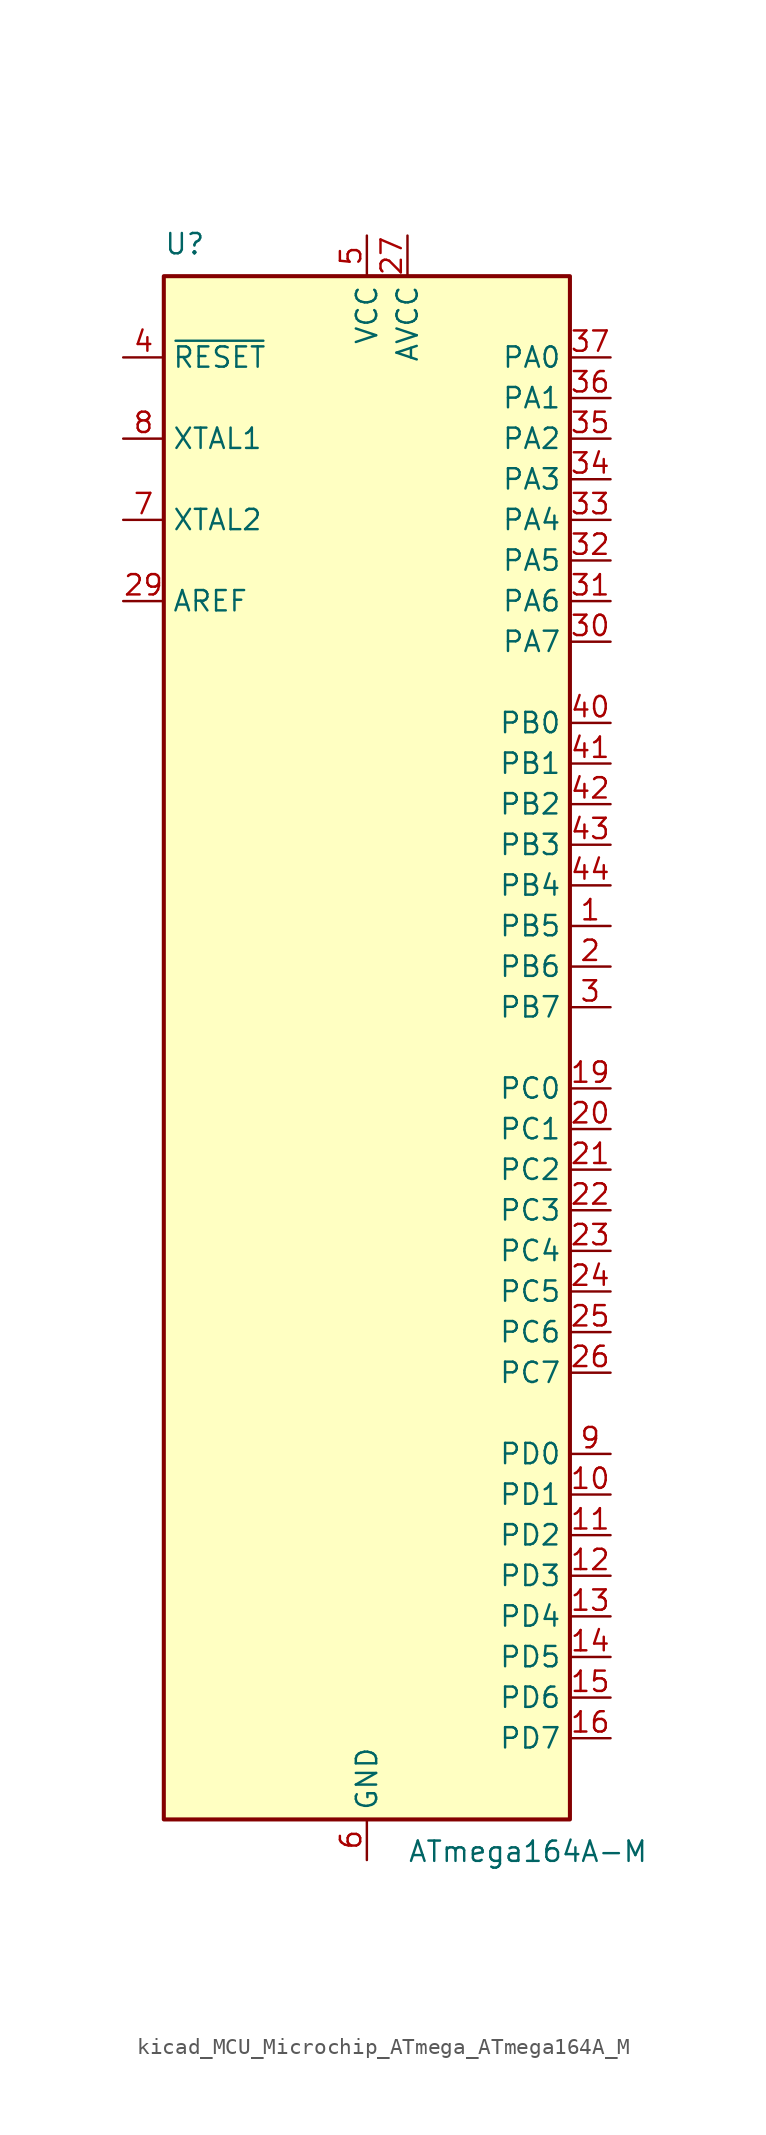
<source format=kicad_sym>
(kicad_symbol_lib
  (version 20220914)
  (generator kicad_symbol_editor)
  (symbol "kicad_MCU_Microchip_ATmega_ATmega164A_M"
    (property "Reference" "U"
      (at -12.7 49.53 0)
      (effects (font (size 1.27 1.27)) (justify left bottom)))
    (property "Value" "ATmega164A-M"
      (at 2.54 -49.53 0)
      (effects (font (size 1.27 1.27)) (justify left top)))
    (symbol "kicad_MCU_Microchip_ATmega_ATmega164A_M_0_1"
      (rectangle (start -12.7 -48.26) (end 12.7 48.26) (stroke (width 0.254) (type default)) (fill (type background))))
    (symbol "kicad_MCU_Microchip_ATmega_ATmega164A_M_1_1"
      (pin bidirectional line (at 15.24 7.62 180) (length 2.54) (name "PB5" (effects (font (size 1.27 1.27)))) (number "1" (effects (font (size 1.27 1.27)))))
      (pin bidirectional line (at 15.24 -27.94 180) (length 2.54) (name "PD1" (effects (font (size 1.27 1.27)))) (number "10" (effects (font (size 1.27 1.27)))))
      (pin bidirectional line (at 15.24 -30.48 180) (length 2.54) (name "PD2" (effects (font (size 1.27 1.27)))) (number "11" (effects (font (size 1.27 1.27)))))
      (pin bidirectional line (at 15.24 -33.02 180) (length 2.54) (name "PD3" (effects (font (size 1.27 1.27)))) (number "12" (effects (font (size 1.27 1.27)))))
      (pin bidirectional line (at 15.24 -35.56 180) (length 2.54) (name "PD4" (effects (font (size 1.27 1.27)))) (number "13" (effects (font (size 1.27 1.27)))))
      (pin bidirectional line (at 15.24 -38.1 180) (length 2.54) (name "PD5" (effects (font (size 1.27 1.27)))) (number "14" (effects (font (size 1.27 1.27)))))
      (pin bidirectional line (at 15.24 -40.64 180) (length 2.54) (name "PD6" (effects (font (size 1.27 1.27)))) (number "15" (effects (font (size 1.27 1.27)))))
      (pin bidirectional line (at 15.24 -43.18 180) (length 2.54) (name "PD7" (effects (font (size 1.27 1.27)))) (number "16" (effects (font (size 1.27 1.27)))))
      (pin passive line (at 0 50.8 270) (length 2.54) hide (name "VCC" (effects (font (size 1.27 1.27)))) (number "17" (effects (font (size 1.27 1.27)))))
      (pin passive line (at 0 -50.8 90) (length 2.54) hide (name "GND" (effects (font (size 1.27 1.27)))) (number "18" (effects (font (size 1.27 1.27)))))
      (pin bidirectional line (at 15.24 -2.54 180) (length 2.54) (name "PC0" (effects (font (size 1.27 1.27)))) (number "19" (effects (font (size 1.27 1.27)))))
      (pin bidirectional line (at 15.24 5.08 180) (length 2.54) (name "PB6" (effects (font (size 1.27 1.27)))) (number "2" (effects (font (size 1.27 1.27)))))
      (pin bidirectional line (at 15.24 -5.08 180) (length 2.54) (name "PC1" (effects (font (size 1.27 1.27)))) (number "20" (effects (font (size 1.27 1.27)))))
      (pin bidirectional line (at 15.24 -7.62 180) (length 2.54) (name "PC2" (effects (font (size 1.27 1.27)))) (number "21" (effects (font (size 1.27 1.27)))))
      (pin bidirectional line (at 15.24 -10.16 180) (length 2.54) (name "PC3" (effects (font (size 1.27 1.27)))) (number "22" (effects (font (size 1.27 1.27)))))
      (pin bidirectional line (at 15.24 -12.7 180) (length 2.54) (name "PC4" (effects (font (size 1.27 1.27)))) (number "23" (effects (font (size 1.27 1.27)))))
      (pin bidirectional line (at 15.24 -15.24 180) (length 2.54) (name "PC5" (effects (font (size 1.27 1.27)))) (number "24" (effects (font (size 1.27 1.27)))))
      (pin bidirectional line (at 15.24 -17.78 180) (length 2.54) (name "PC6" (effects (font (size 1.27 1.27)))) (number "25" (effects (font (size 1.27 1.27)))))
      (pin bidirectional line (at 15.24 -20.32 180) (length 2.54) (name "PC7" (effects (font (size 1.27 1.27)))) (number "26" (effects (font (size 1.27 1.27)))))
      (pin power_in line (at 2.54 50.8 270) (length 2.54) (name "AVCC" (effects (font (size 1.27 1.27)))) (number "27" (effects (font (size 1.27 1.27)))))
      (pin passive line (at 0 -50.8 90) (length 2.54) hide (name "GND" (effects (font (size 1.27 1.27)))) (number "28" (effects (font (size 1.27 1.27)))))
      (pin passive line (at -15.24 27.94 0) (length 2.54) (name "AREF" (effects (font (size 1.27 1.27)))) (number "29" (effects (font (size 1.27 1.27)))))
      (pin bidirectional line (at 15.24 2.54 180) (length 2.54) (name "PB7" (effects (font (size 1.27 1.27)))) (number "3" (effects (font (size 1.27 1.27)))))
      (pin bidirectional line (at 15.24 25.4 180) (length 2.54) (name "PA7" (effects (font (size 1.27 1.27)))) (number "30" (effects (font (size 1.27 1.27)))))
      (pin bidirectional line (at 15.24 27.94 180) (length 2.54) (name "PA6" (effects (font (size 1.27 1.27)))) (number "31" (effects (font (size 1.27 1.27)))))
      (pin bidirectional line (at 15.24 30.48 180) (length 2.54) (name "PA5" (effects (font (size 1.27 1.27)))) (number "32" (effects (font (size 1.27 1.27)))))
      (pin bidirectional line (at 15.24 33.02 180) (length 2.54) (name "PA4" (effects (font (size 1.27 1.27)))) (number "33" (effects (font (size 1.27 1.27)))))
      (pin bidirectional line (at 15.24 35.56 180) (length 2.54) (name "PA3" (effects (font (size 1.27 1.27)))) (number "34" (effects (font (size 1.27 1.27)))))
      (pin bidirectional line (at 15.24 38.1 180) (length 2.54) (name "PA2" (effects (font (size 1.27 1.27)))) (number "35" (effects (font (size 1.27 1.27)))))
      (pin bidirectional line (at 15.24 40.64 180) (length 2.54) (name "PA1" (effects (font (size 1.27 1.27)))) (number "36" (effects (font (size 1.27 1.27)))))
      (pin bidirectional line (at 15.24 43.18 180) (length 2.54) (name "PA0" (effects (font (size 1.27 1.27)))) (number "37" (effects (font (size 1.27 1.27)))))
      (pin passive line (at 0 50.8 270) (length 2.54) hide (name "VCC" (effects (font (size 1.27 1.27)))) (number "38" (effects (font (size 1.27 1.27)))))
      (pin passive line (at 0 -50.8 90) (length 2.54) hide (name "GND" (effects (font (size 1.27 1.27)))) (number "39" (effects (font (size 1.27 1.27)))))
      (pin input line (at -15.24 43.18 0) (length 2.54) (name "~{RESET}" (effects (font (size 1.27 1.27)))) (number "4" (effects (font (size 1.27 1.27)))))
      (pin bidirectional line (at 15.24 20.32 180) (length 2.54) (name "PB0" (effects (font (size 1.27 1.27)))) (number "40" (effects (font (size 1.27 1.27)))))
      (pin bidirectional line (at 15.24 17.78 180) (length 2.54) (name "PB1" (effects (font (size 1.27 1.27)))) (number "41" (effects (font (size 1.27 1.27)))))
      (pin bidirectional line (at 15.24 15.24 180) (length 2.54) (name "PB2" (effects (font (size 1.27 1.27)))) (number "42" (effects (font (size 1.27 1.27)))))
      (pin bidirectional line (at 15.24 12.7 180) (length 2.54) (name "PB3" (effects (font (size 1.27 1.27)))) (number "43" (effects (font (size 1.27 1.27)))))
      (pin bidirectional line (at 15.24 10.16 180) (length 2.54) (name "PB4" (effects (font (size 1.27 1.27)))) (number "44" (effects (font (size 1.27 1.27)))))
      (pin passive line (at 0 -50.8 90) (length 2.54) hide (name "GND" (effects (font (size 1.27 1.27)))) (number "45" (effects (font (size 1.27 1.27)))))
      (pin power_in line (at 0 50.8 270) (length 2.54) (name "VCC" (effects (font (size 1.27 1.27)))) (number "5" (effects (font (size 1.27 1.27)))))
      (pin power_in line (at 0 -50.8 90) (length 2.54) (name "GND" (effects (font (size 1.27 1.27)))) (number "6" (effects (font (size 1.27 1.27)))))
      (pin output line (at -15.24 33.02 0) (length 2.54) (name "XTAL2" (effects (font (size 1.27 1.27)))) (number "7" (effects (font (size 1.27 1.27)))))
      (pin input line (at -15.24 38.1 0) (length 2.54) (name "XTAL1" (effects (font (size 1.27 1.27)))) (number "8" (effects (font (size 1.27 1.27)))))
      (pin bidirectional line (at 15.24 -25.4 180) (length 2.54) (name "PD0" (effects (font (size 1.27 1.27)))) (number "9" (effects (font (size 1.27 1.27))))))))
</source>
